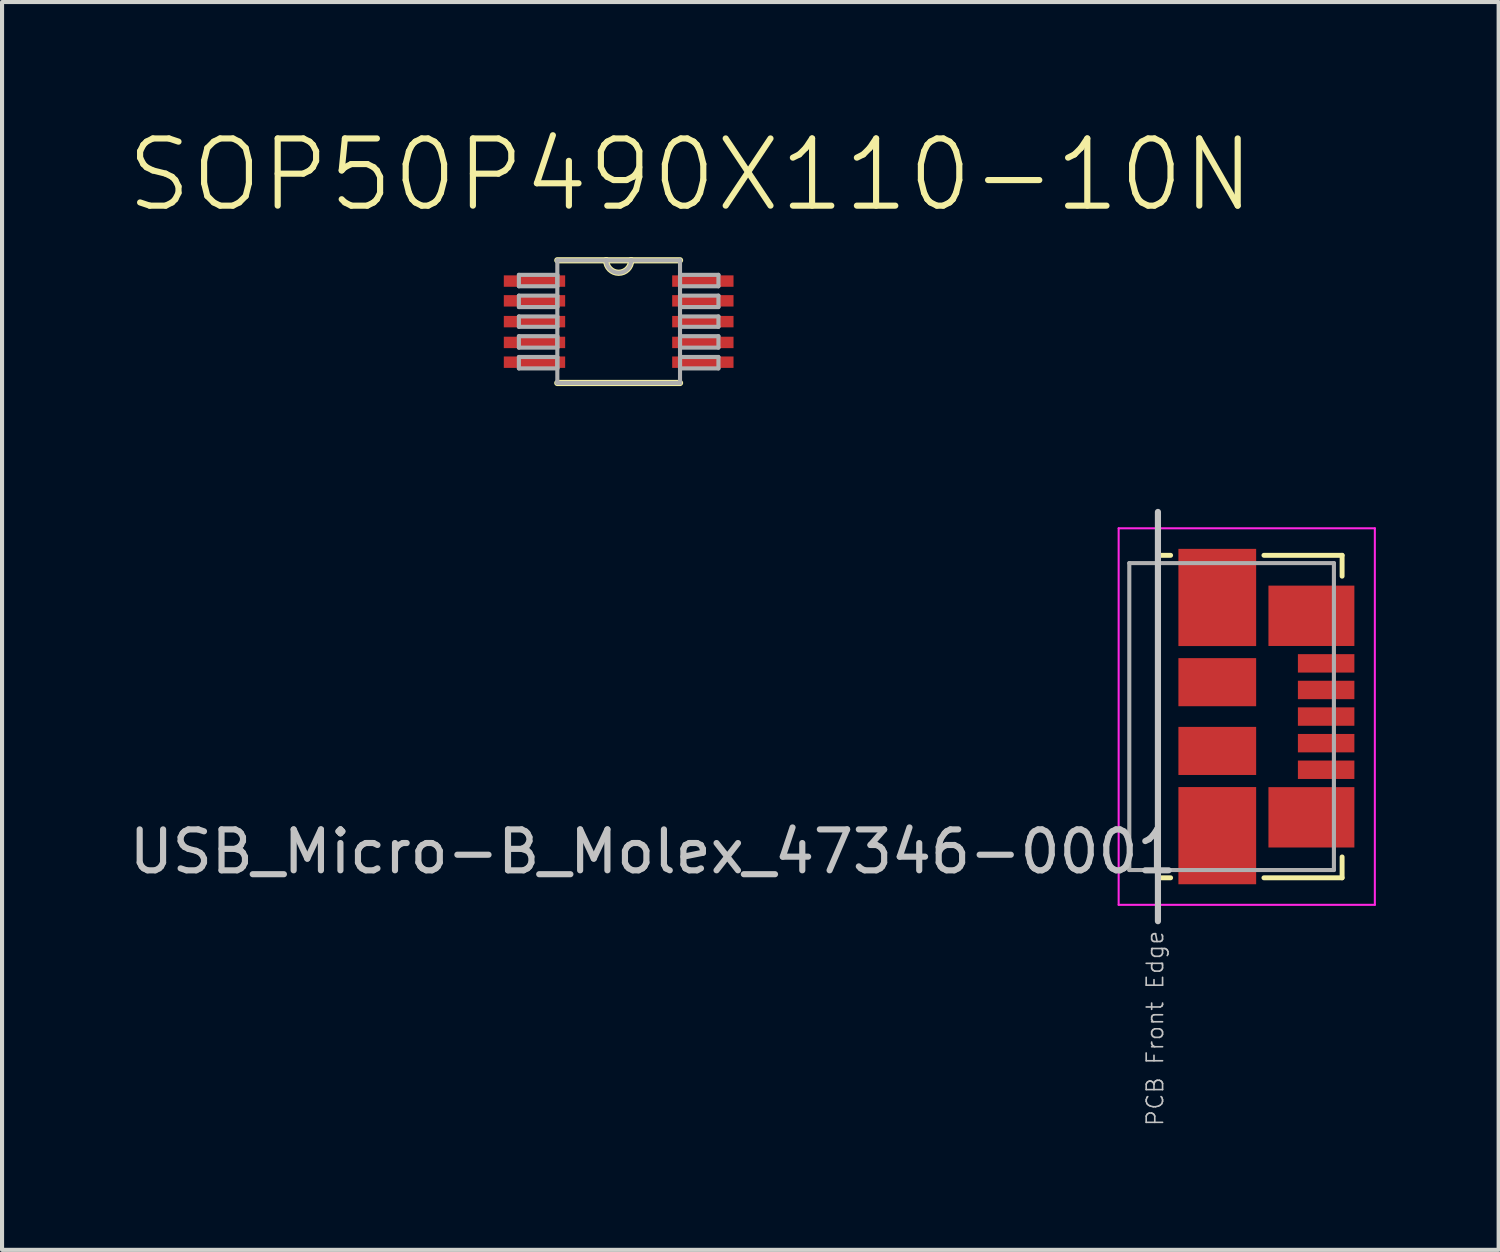
<source format=kicad_pcb>
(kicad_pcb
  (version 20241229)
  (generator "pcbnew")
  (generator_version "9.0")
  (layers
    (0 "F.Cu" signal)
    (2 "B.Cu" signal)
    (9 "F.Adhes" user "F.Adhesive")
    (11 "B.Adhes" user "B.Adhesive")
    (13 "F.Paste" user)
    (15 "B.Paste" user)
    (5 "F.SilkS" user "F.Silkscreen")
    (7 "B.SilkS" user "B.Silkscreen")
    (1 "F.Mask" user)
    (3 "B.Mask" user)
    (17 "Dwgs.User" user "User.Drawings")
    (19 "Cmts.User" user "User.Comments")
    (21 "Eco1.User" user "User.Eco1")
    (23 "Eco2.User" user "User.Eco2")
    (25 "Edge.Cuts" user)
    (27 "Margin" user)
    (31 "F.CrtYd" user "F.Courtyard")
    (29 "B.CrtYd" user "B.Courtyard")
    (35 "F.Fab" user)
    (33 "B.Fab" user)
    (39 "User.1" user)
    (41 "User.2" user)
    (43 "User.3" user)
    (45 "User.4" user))
  (footprint "SOP50P490X110-10N"
    (layer "F.Cu")
    (at 12.067 4.809)
    (property "Reference" "SOP50P490X110-10N" (at 1.755 -3.586 0) (layer "F.SilkS") (effects (font (size 1.642 1.642) (thickness 0.15))))
    (attr through_hole)
    (fp_line (start -1.499 1.499) (end 1.499 1.499) (stroke (width 0.152) (type solid)) (layer "F.SilkS"))
    (fp_line (start -0.305 -1.499) (end -1.499 -1.499) (stroke (width 0.152) (type solid)) (layer "F.SilkS"))
    (fp_line (start 0.305 -1.499) (end -0.305 -1.499) (stroke (width 0.152) (type solid)) (layer "F.SilkS"))
    (fp_line (start 1.499 -1.499) (end 0.305 -1.499) (stroke (width 0.152) (type solid)) (layer "F.SilkS"))
    (fp_arc (start 0.3048 -1.4986) (mid 0 -1.1938) (end -0.3048 -1.4986) (stroke (width 0.1524) (type solid)) (layer "F.SilkS"))
    (fp_line (start -2.438 -1.143) (end -2.438 -0.864) (stroke (width 0.1) (type solid)) (layer "F.Fab"))
    (fp_line (start -2.438 -0.864) (end -1.499 -0.864) (stroke (width 0.1) (type solid)) (layer "F.Fab"))
    (fp_line (start -2.438 -0.635) (end -2.438 -0.356) (stroke (width 0.1) (type solid)) (layer "F.Fab"))
    (fp_line (start -2.438 -0.356) (end -1.499 -0.356) (stroke (width 0.1) (type solid)) (layer "F.Fab"))
    (fp_line (start -2.438 -0.127) (end -2.438 0.127) (stroke (width 0.1) (type solid)) (layer "F.Fab"))
    (fp_line (start -2.438 0.127) (end -1.499 0.127) (stroke (width 0.1) (type solid)) (layer "F.Fab"))
    (fp_line (start -2.438 0.356) (end -2.438 0.635) (stroke (width 0.1) (type solid)) (layer "F.Fab"))
    (fp_line (start -2.438 0.635) (end -1.499 0.635) (stroke (width 0.1) (type solid)) (layer "F.Fab"))
    (fp_line (start -2.438 0.864) (end -2.438 1.143) (stroke (width 0.1) (type solid)) (layer "F.Fab"))
    (fp_line (start -2.438 1.143) (end -1.499 1.143) (stroke (width 0.1) (type solid)) (layer "F.Fab"))
    (fp_line (start -1.499 -1.499) (end -1.499 1.499) (stroke (width 0.1) (type solid)) (layer "F.Fab"))
    (fp_line (start -1.499 -1.143) (end -2.438 -1.143) (stroke (width 0.1) (type solid)) (layer "F.Fab"))
    (fp_line (start -1.499 -0.864) (end -1.499 -1.143) (stroke (width 0.1) (type solid)) (layer "F.Fab"))
    (fp_line (start -1.499 -0.635) (end -2.438 -0.635) (stroke (width 0.1) (type solid)) (layer "F.Fab"))
    (fp_line (start -1.499 -0.356) (end -1.499 -0.635) (stroke (width 0.1) (type solid)) (layer "F.Fab"))
    (fp_line (start -1.499 -0.127) (end -2.438 -0.127) (stroke (width 0.1) (type solid)) (layer "F.Fab"))
    (fp_line (start -1.499 0.127) (end -1.499 -0.127) (stroke (width 0.1) (type solid)) (layer "F.Fab"))
    (fp_line (start -1.499 0.356) (end -2.438 0.356) (stroke (width 0.1) (type solid)) (layer "F.Fab"))
    (fp_line (start -1.499 0.635) (end -1.499 0.356) (stroke (width 0.1) (type solid)) (layer "F.Fab"))
    (fp_line (start -1.499 0.864) (end -2.438 0.864) (stroke (width 0.1) (type solid)) (layer "F.Fab"))
    (fp_line (start -1.499 1.143) (end -1.499 0.864) (stroke (width 0.1) (type solid)) (layer "F.Fab"))
    (fp_line (start -1.499 1.499) (end 1.499 1.499) (stroke (width 0.1) (type solid)) (layer "F.Fab"))
    (fp_line (start -0.305 -1.499) (end -1.499 -1.499) (stroke (width 0.1) (type solid)) (layer "F.Fab"))
    (fp_line (start 0.305 -1.499) (end -0.305 -1.499) (stroke (width 0.1) (type solid)) (layer "F.Fab"))
    (fp_line (start 1.499 -1.499) (end 0.305 -1.499) (stroke (width 0.1) (type solid)) (layer "F.Fab"))
    (fp_line (start 1.499 -1.143) (end 1.499 -0.864) (stroke (width 0.1) (type solid)) (layer "F.Fab"))
    (fp_line (start 1.499 -0.864) (end 2.438 -0.864) (stroke (width 0.1) (type solid)) (layer "F.Fab"))
    (fp_line (start 1.499 -0.635) (end 1.499 -0.356) (stroke (width 0.1) (type solid)) (layer "F.Fab"))
    (fp_line (start 1.499 -0.356) (end 2.438 -0.356) (stroke (width 0.1) (type solid)) (layer "F.Fab"))
    (fp_line (start 1.499 -0.127) (end 1.499 0.127) (stroke (width 0.1) (type solid)) (layer "F.Fab"))
    (fp_line (start 1.499 0.127) (end 2.438 0.127) (stroke (width 0.1) (type solid)) (layer "F.Fab"))
    (fp_line (start 1.499 0.356) (end 1.499 0.635) (stroke (width 0.1) (type solid)) (layer "F.Fab"))
    (fp_line (start 1.499 0.635) (end 2.438 0.635) (stroke (width 0.1) (type solid)) (layer "F.Fab"))
    (fp_line (start 1.499 0.864) (end 1.499 1.143) (stroke (width 0.1) (type solid)) (layer "F.Fab"))
    (fp_line (start 1.499 1.143) (end 2.438 1.143) (stroke (width 0.1) (type solid)) (layer "F.Fab"))
    (fp_line (start 1.499 1.499) (end 1.499 -1.499) (stroke (width 0.1) (type solid)) (layer "F.Fab"))
    (fp_line (start 2.438 -1.143) (end 1.499 -1.143) (stroke (width 0.1) (type solid)) (layer "F.Fab"))
    (fp_line (start 2.438 -0.864) (end 2.438 -1.143) (stroke (width 0.1) (type solid)) (layer "F.Fab"))
    (fp_line (start 2.438 -0.635) (end 1.499 -0.635) (stroke (width 0.1) (type solid)) (layer "F.Fab"))
    (fp_line (start 2.438 -0.356) (end 2.438 -0.635) (stroke (width 0.1) (type solid)) (layer "F.Fab"))
    (fp_line (start 2.438 -0.127) (end 1.499 -0.127) (stroke (width 0.1) (type solid)) (layer "F.Fab"))
    (fp_line (start 2.438 0.127) (end 2.438 -0.127) (stroke (width 0.1) (type solid)) (layer "F.Fab"))
    (fp_line (start 2.438 0.356) (end 1.499 0.356) (stroke (width 0.1) (type solid)) (layer "F.Fab"))
    (fp_line (start 2.438 0.635) (end 2.438 0.356) (stroke (width 0.1) (type solid)) (layer "F.Fab"))
    (fp_line (start 2.438 0.864) (end 1.499 0.864) (stroke (width 0.1) (type solid)) (layer "F.Fab"))
    (fp_line (start 2.438 1.143) (end 2.438 0.864) (stroke (width 0.1) (type solid)) (layer "F.Fab"))
    (fp_arc (start 0.3048 -1.4986) (mid 0 -1.1938) (end -0.3048 -1.4986) (stroke (width 0.1) (type solid)) (layer "F.Fab"))
    (pad "1" smd rect (at -2.057 -0.991) (size 1.499 0.279) (layers "F.Cu" "F.Mask" "F.Paste"))
    (pad "2" smd rect (at -2.057 -0.508) (size 1.499 0.279) (layers "F.Cu" "F.Mask" "F.Paste"))
    (pad "3" smd rect (at -2.057 0) (size 1.499 0.279) (layers "F.Cu" "F.Mask" "F.Paste"))
    (pad "4" smd rect (at -2.057 0.508) (size 1.499 0.279) (layers "F.Cu" "F.Mask" "F.Paste"))
    (pad "5" smd rect (at -2.057 0.991) (size 1.499 0.279) (layers "F.Cu" "F.Mask" "F.Paste"))
    (pad "6" smd rect (at 2.057 0.991) (size 1.499 0.279) (layers "F.Cu" "F.Mask" "F.Paste"))
    (pad "7" smd rect (at 2.057 0.508) (size 1.499 0.279) (layers "F.Cu" "F.Mask" "F.Paste"))
    (pad "8" smd rect (at 2.057 0) (size 1.499 0.279) (layers "F.Cu" "F.Mask" "F.Paste"))
    (pad "9" smd rect (at 2.057 -0.508) (size 1.499 0.279) (layers "F.Cu" "F.Mask" "F.Paste"))
    (pad "10" smd rect (at 2.057 -0.991) (size 1.499 0.279) (layers "F.Cu" "F.Mask" "F.Paste")))
  (footprint "USB_Micro-B_Molex_47346-0001"
    (layer "F.Cu")
    (at 28.024 14.459)
    (property "Reference" "USB_Micro-B_Molex_47346-0001" (at -15.113 3.302 0) (layer "Dwgs.User") (effects (font (size 1 1) (thickness 0.15))))
    (attr smd)
    (fp_line (start -2.73 -3.94) (end -2.47 -3.94) (stroke (width 0.12) (type solid)) (layer "F.SilkS"))
    (fp_line (start -2.47 3.94) (end -2.73 3.94) (stroke (width 0.12) (type solid)) (layer "F.SilkS"))
    (fp_line (start -0.19 -3.94) (end 1.72 -3.94) (stroke (width 0.12) (type solid)) (layer "F.SilkS"))
    (fp_line (start 1.72 -3.94) (end 1.72 -3.43) (stroke (width 0.12) (type solid)) (layer "F.SilkS"))
    (fp_line (start 1.72 3.94) (end -0.19 3.94) (stroke (width 0.12) (type solid)) (layer "F.SilkS"))
    (fp_line (start 1.72 3.94) (end 1.72 3.43) (stroke (width 0.12) (type solid)) (layer "F.SilkS"))
    (fp_line (start -2.78 -5) (end -2.78 5) (stroke (width 0.15) (type solid)) (layer "Dwgs.User"))
    (fp_line (start -3.74 -4.6) (end 2.52 -4.6) (stroke (width 0.05) (type solid)) (layer "F.CrtYd"))
    (fp_line (start -3.74 4.6) (end -3.74 -4.6) (stroke (width 0.05) (type solid)) (layer "F.CrtYd"))
    (fp_line (start 2.52 -4.6) (end 2.52 4.6) (stroke (width 0.05) (type solid)) (layer "F.CrtYd"))
    (fp_line (start 2.52 4.6) (end -3.74 4.6) (stroke (width 0.05) (type solid)) (layer "F.CrtYd"))
    (fp_line (start -3.48 -3.75) (end 1.52 -3.75) (stroke (width 0.1) (type solid)) (layer "F.Fab"))
    (fp_line (start -3.48 3.75) (end -3.48 -3.75) (stroke (width 0.1) (type solid)) (layer "F.Fab"))
    (fp_line (start 1.52 -3.75) (end 1.52 3.75) (stroke (width 0.1) (type solid)) (layer "F.Fab"))
    (fp_line (start 1.52 3.75) (end -3.48 3.75) (stroke (width 0.1) (type solid)) (layer "F.Fab"))
    (fp_text user "PCB Front Edge" (at -2.85 7.62 90) (layer "Dwgs.User") (effects (font (size 0.4 0.4) (thickness 0.04))))
    (pad "1" smd rect (at 1.33 -1.3) (size 1.38 0.45) (layers "F.Cu" "F.Mask" "F.Paste"))
    (pad "2" smd rect (at 1.33 -0.65) (size 1.38 0.45) (layers "F.Cu" "F.Mask" "F.Paste"))
    (pad "3" smd rect (at 1.33 0) (size 1.38 0.45) (layers "F.Cu" "F.Mask" "F.Paste"))
    (pad "4" smd rect (at 1.33 0.65) (size 1.38 0.45) (layers "F.Cu" "F.Mask" "F.Paste"))
    (pad "5" smd rect (at 1.33 1.3) (size 1.38 0.45) (layers "F.Cu" "F.Mask" "F.Paste"))
    (pad "6" smd rect (at -1.33 -2.91) (size 1.9 2.375) (layers "F.Cu" "F.Mask" "F.Paste"))
    (pad "6" smd rect (at -1.33 -0.84) (size 1.9 1.175) (layers "F.Cu" "F.Mask" "F.Paste"))
    (pad "6" smd rect (at -1.33 0.84) (size 1.9 1.175) (layers "F.Cu" "F.Mask" "F.Paste"))
    (pad "6" smd rect (at -1.33 2.91) (size 1.9 2.375) (layers "F.Cu" "F.Mask" "F.Paste"))
    (pad "6" smd rect (at 0.97 -2.462) (size 2.1 1.475) (layers "F.Cu" "F.Mask" "F.Paste"))
    (pad "6" smd rect (at 0.97 2.462) (size 2.1 1.475) (layers "F.Cu" "F.Mask" "F.Paste")))
  (gr_rect
    (start -3 -3)
    (end 33.569 27.49)
    (stroke (width 0.1) (type default))
    (fill no)
    (layer "Edge.Cuts")))
</source>
